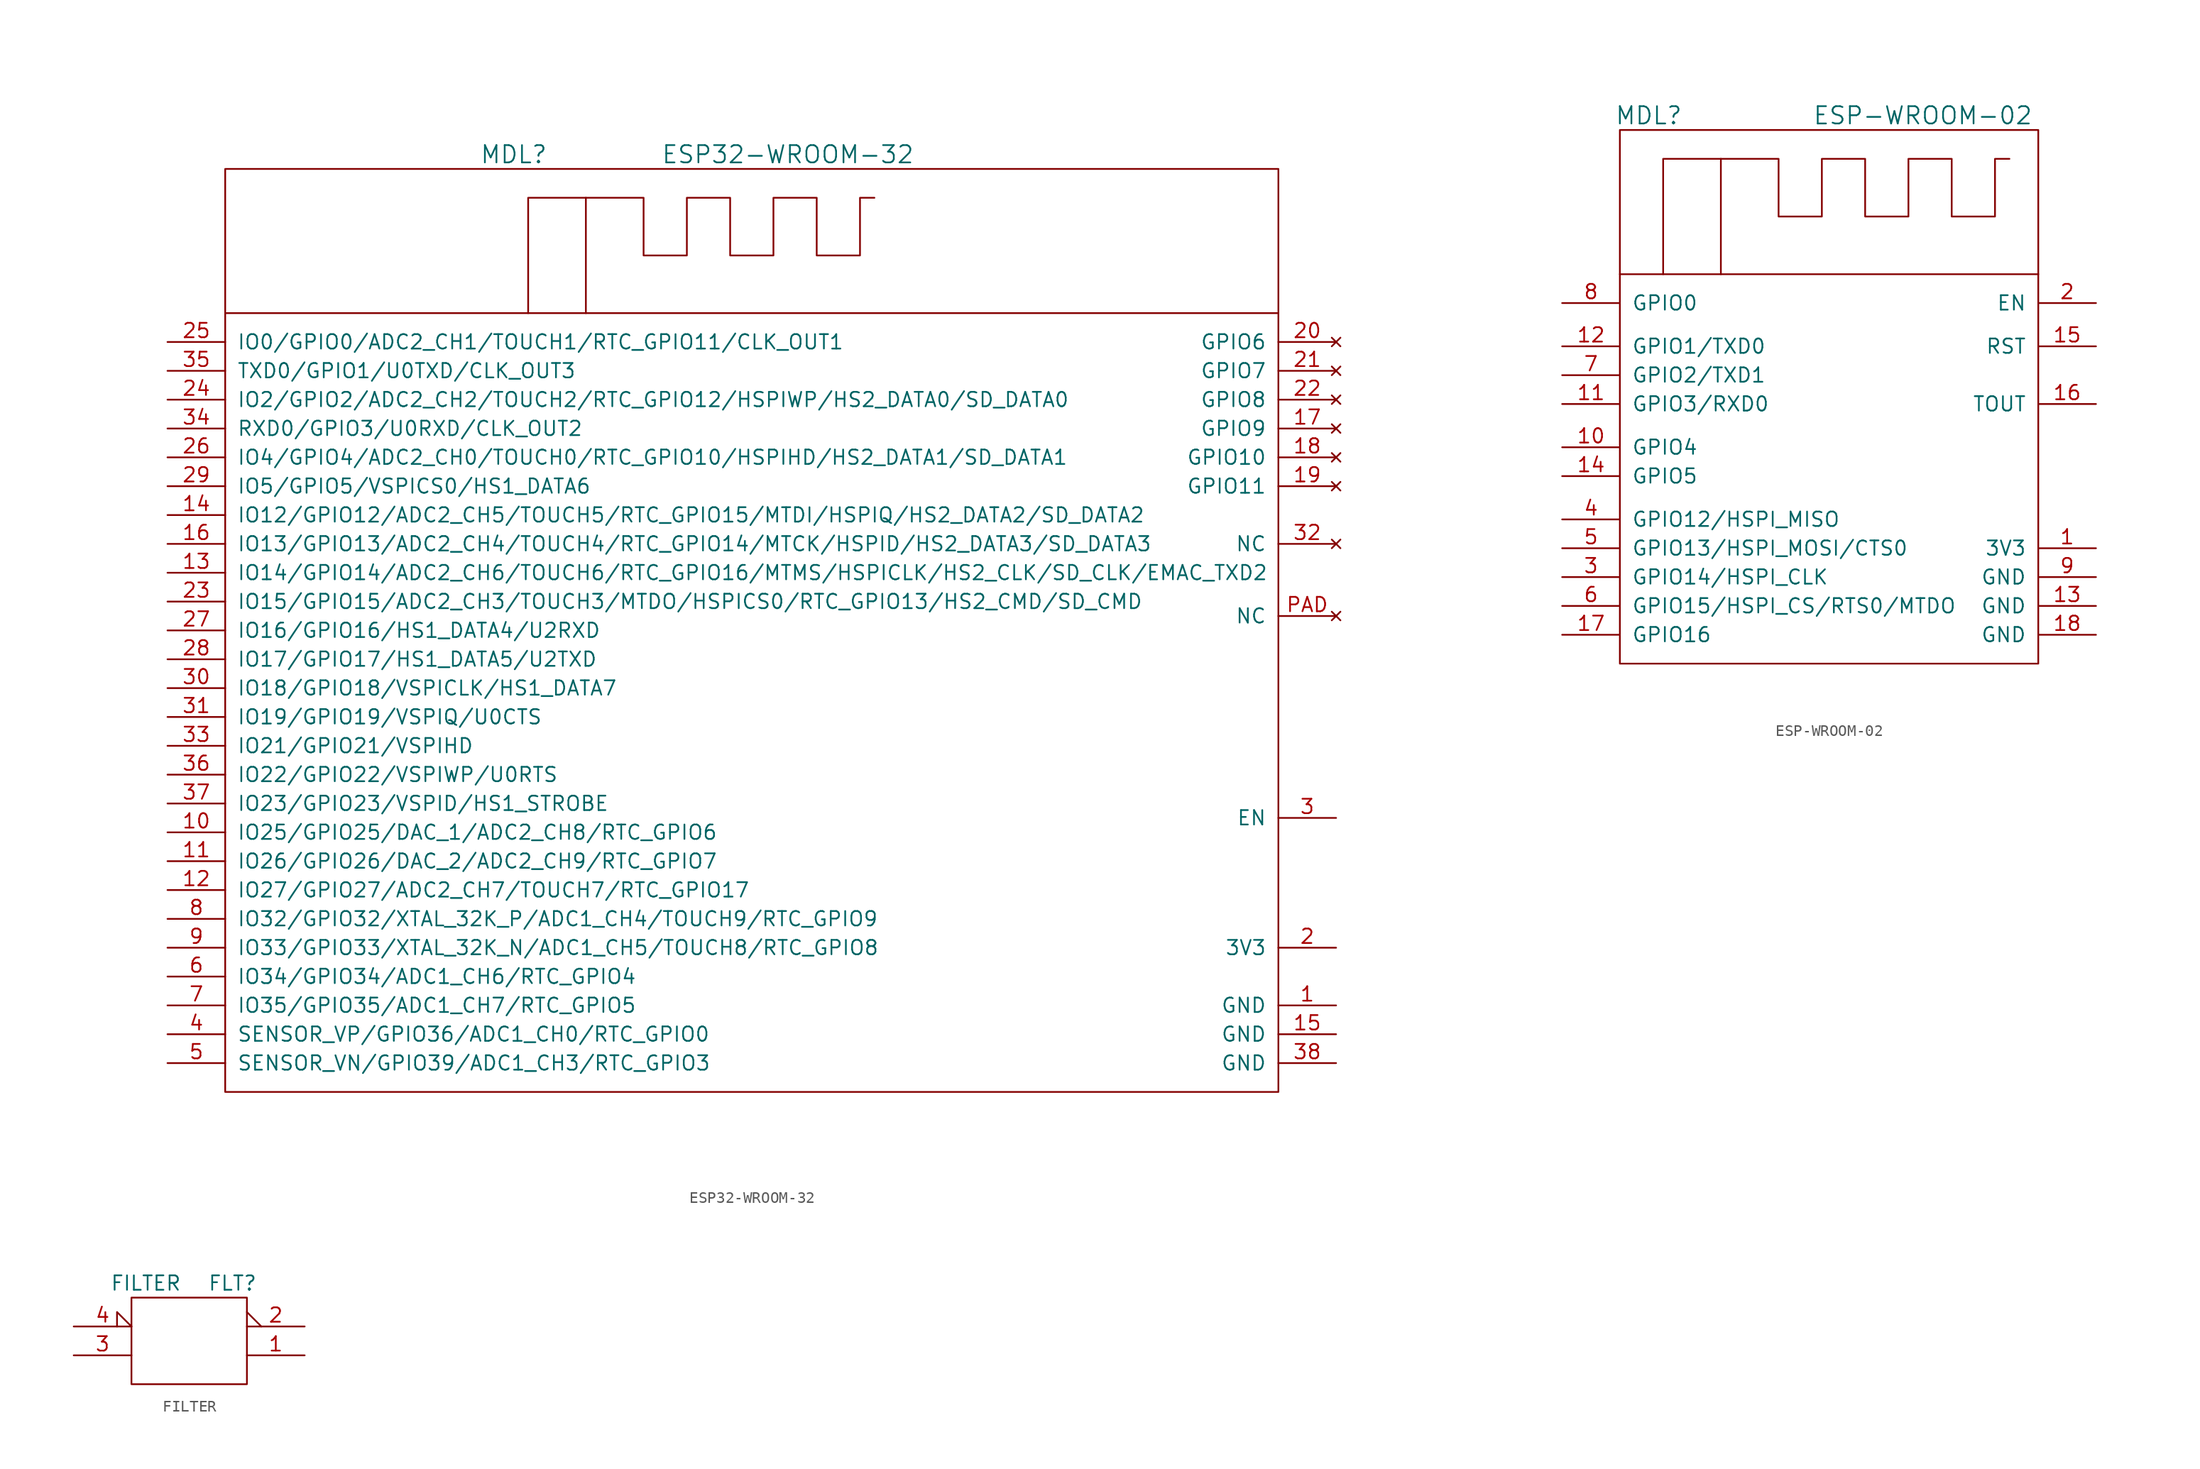
<source format=kicad_sym>
(kicad_symbol_lib
  (version 20211014)
  (generator kicad_symbol_editor)
  (symbol "ESP32-WROOM-32"
    (pin_names
      (offset 1.016))
    (property "Reference" "MDL"
      (at -20.32 43.18 0)
      (effects (font (size 1.524 1.524))))
    (property "Value" "ESP32-WROOM-32"
      (at 3.81 43.18 0)
      (effects (font (size 1.524 1.524))))
    (symbol "ESP32-WROOM-32_0_1"
      (rectangle (start -45.72 29.21) (end 46.99 -39.37) (stroke (width 0) (type default) (color 0 0 0 0)) (fill (type none)))
      (polyline (pts (xy -13.97 29.21) (xy -13.97 39.37)) (stroke (width 0) (type default) (color 0 0 0 0)) (fill (type none)))
      (polyline (pts (xy -45.72 29.21) (xy -45.72 41.91) (xy 46.99 41.91) (xy 46.99 29.21)) (stroke (width 0) (type default) (color 0 0 0 0)) (fill (type none)))
      (polyline (pts (xy -19.05 29.21) (xy -19.05 39.37) (xy -8.89 39.37) (xy -8.89 34.29) (xy -5.08 34.29) (xy -5.08 39.37) (xy -1.27 39.37) (xy -1.27 34.29) (xy 2.54 34.29) (xy 2.54 39.37) (xy 6.35 39.37) (xy 6.35 34.29) (xy 10.16 34.29) (xy 10.16 39.37) (xy 11.43 39.37)) (stroke (width 0) (type default) (color 0 0 0 0)) (fill (type none))))
    (symbol "ESP32-WROOM-32_1_1"
      (pin power_in line (at 52.07 -31.75 180) (length 5.08) (name "GND" (effects (font (size 1.27 1.27)))) (number "1" (effects (font (size 1.27 1.27)))))
      (pin passive line (at -50.8 -16.51 0) (length 5.08) (name "IO25/GPIO25/DAC_1/ADC2_CH8/RTC_GPIO6" (effects (font (size 1.27 1.27)))) (number "10" (effects (font (size 1.27 1.27)))))
      (pin passive line (at -50.8 -19.05 0) (length 5.08) (name "IO26/GPIO26/DAC_2/ADC2_CH9/RTC_GPIO7" (effects (font (size 1.27 1.27)))) (number "11" (effects (font (size 1.27 1.27)))))
      (pin passive line (at -50.8 -21.59 0) (length 5.08) (name "IO27/GPIO27/ADC2_CH7/TOUCH7/RTC_GPIO17" (effects (font (size 1.27 1.27)))) (number "12" (effects (font (size 1.27 1.27)))))
      (pin passive line (at -50.8 6.35 0) (length 5.08) (name "IO14/GPIO14/ADC2_CH6/TOUCH6/RTC_GPIO16/MTMS/HSPICLK/HS2_CLK/SD_CLK/EMAC_TXD2" (effects (font (size 1.27 1.27)))) (number "13" (effects (font (size 1.27 1.27)))))
      (pin passive line (at -50.8 11.43 0) (length 5.08) (name "IO12/GPIO12/ADC2_CH5/TOUCH5/RTC_GPIO15/MTDI/HSPIQ/HS2_DATA2/SD_DATA2" (effects (font (size 1.27 1.27)))) (number "14" (effects (font (size 1.27 1.27)))))
      (pin power_in line (at 52.07 -34.29 180) (length 5.08) (name "GND" (effects (font (size 1.27 1.27)))) (number "15" (effects (font (size 1.27 1.27)))))
      (pin passive line (at -50.8 8.89 0) (length 5.08) (name "IO13/GPIO13/ADC2_CH4/TOUCH4/RTC_GPIO14/MTCK/HSPID/HS2_DATA3/SD_DATA3" (effects (font (size 1.27 1.27)))) (number "16" (effects (font (size 1.27 1.27)))))
      (pin no_connect line (at 52.07 19.05 180) (length 5.08) (name "GPIO9" (effects (font (size 1.27 1.27)))) (number "17" (effects (font (size 1.27 1.27)))))
      (pin no_connect line (at 52.07 16.51 180) (length 5.08) (name "GPIO10" (effects (font (size 1.27 1.27)))) (number "18" (effects (font (size 1.27 1.27)))))
      (pin no_connect line (at 52.07 13.97 180) (length 5.08) (name "GPIO11" (effects (font (size 1.27 1.27)))) (number "19" (effects (font (size 1.27 1.27)))))
      (pin power_in line (at 52.07 -26.67 180) (length 5.08) (name "3V3" (effects (font (size 1.27 1.27)))) (number "2" (effects (font (size 1.27 1.27)))))
      (pin no_connect line (at 52.07 26.67 180) (length 5.08) (name "GPIO6" (effects (font (size 1.27 1.27)))) (number "20" (effects (font (size 1.27 1.27)))))
      (pin no_connect line (at 52.07 24.13 180) (length 5.08) (name "GPIO7" (effects (font (size 1.27 1.27)))) (number "21" (effects (font (size 1.27 1.27)))))
      (pin no_connect line (at 52.07 21.59 180) (length 5.08) (name "GPIO8" (effects (font (size 1.27 1.27)))) (number "22" (effects (font (size 1.27 1.27)))))
      (pin passive line (at -50.8 3.81 0) (length 5.08) (name "IO15/GPIO15/ADC2_CH3/TOUCH3/MTDO/HSPICS0/RTC_GPIO13/HS2_CMD/SD_CMD" (effects (font (size 1.27 1.27)))) (number "23" (effects (font (size 1.27 1.27)))))
      (pin passive line (at -50.8 21.59 0) (length 5.08) (name "IO2/GPIO2/ADC2_CH2/TOUCH2/RTC_GPIO12/HSPIWP/HS2_DATA0/SD_DATA0" (effects (font (size 1.27 1.27)))) (number "24" (effects (font (size 1.27 1.27)))))
      (pin passive line (at -50.8 26.67 0) (length 5.08) (name "IO0/GPIO0/ADC2_CH1/TOUCH1/RTC_GPIO11/CLK_OUT1" (effects (font (size 1.27 1.27)))) (number "25" (effects (font (size 1.27 1.27)))))
      (pin passive line (at -50.8 16.51 0) (length 5.08) (name "IO4/GPIO4/ADC2_CH0/TOUCH0/RTC_GPIO10/HSPIHD/HS2_DATA1/SD_DATA1" (effects (font (size 1.27 1.27)))) (number "26" (effects (font (size 1.27 1.27)))))
      (pin passive line (at -50.8 1.27 0) (length 5.08) (name "IO16/GPIO16/HS1_DATA4/U2RXD" (effects (font (size 1.27 1.27)))) (number "27" (effects (font (size 1.27 1.27)))))
      (pin passive line (at -50.8 -1.27 0) (length 5.08) (name "IO17/GPIO17/HS1_DATA5/U2TXD" (effects (font (size 1.27 1.27)))) (number "28" (effects (font (size 1.27 1.27)))))
      (pin passive line (at -50.8 13.97 0) (length 5.08) (name "IO5/GPIO5/VSPICS0/HS1_DATA6" (effects (font (size 1.27 1.27)))) (number "29" (effects (font (size 1.27 1.27)))))
      (pin passive line (at 52.07 -15.24 180) (length 5.08) (name "EN" (effects (font (size 1.27 1.27)))) (number "3" (effects (font (size 1.27 1.27)))))
      (pin passive line (at -50.8 -3.81 0) (length 5.08) (name "IO18/GPIO18/VSPICLK/HS1_DATA7" (effects (font (size 1.27 1.27)))) (number "30" (effects (font (size 1.27 1.27)))))
      (pin passive line (at -50.8 -6.35 0) (length 5.08) (name "IO19/GPIO19/VSPIQ/U0CTS" (effects (font (size 1.27 1.27)))) (number "31" (effects (font (size 1.27 1.27)))))
      (pin no_connect line (at 52.07 8.89 180) (length 5.08) (name "NC" (effects (font (size 1.27 1.27)))) (number "32" (effects (font (size 1.27 1.27)))))
      (pin passive line (at -50.8 -8.89 0) (length 5.08) (name "IO21/GPIO21/VSPIHD" (effects (font (size 1.27 1.27)))) (number "33" (effects (font (size 1.27 1.27)))))
      (pin passive line (at -50.8 19.05 0) (length 5.08) (name "RXD0/GPIO3/U0RXD/CLK_OUT2" (effects (font (size 1.27 1.27)))) (number "34" (effects (font (size 1.27 1.27)))))
      (pin passive line (at -50.8 24.13 0) (length 5.08) (name "TXD0/GPIO1/U0TXD/CLK_OUT3" (effects (font (size 1.27 1.27)))) (number "35" (effects (font (size 1.27 1.27)))))
      (pin passive line (at -50.8 -11.43 0) (length 5.08) (name "IO22/GPIO22/VSPIWP/U0RTS" (effects (font (size 1.27 1.27)))) (number "36" (effects (font (size 1.27 1.27)))))
      (pin passive line (at -50.8 -13.97 0) (length 5.08) (name "IO23/GPIO23/VSPID/HS1_STROBE" (effects (font (size 1.27 1.27)))) (number "37" (effects (font (size 1.27 1.27)))))
      (pin power_in line (at 52.07 -36.83 180) (length 5.08) (name "GND" (effects (font (size 1.27 1.27)))) (number "38" (effects (font (size 1.27 1.27)))))
      (pin passive line (at -50.8 -34.29 0) (length 5.08) (name "SENSOR_VP/GPIO36/ADC1_CH0/RTC_GPIO0" (effects (font (size 1.27 1.27)))) (number "4" (effects (font (size 1.27 1.27)))))
      (pin passive line (at -50.8 -36.83 0) (length 5.08) (name "SENSOR_VN/GPIO39/ADC1_CH3/RTC_GPIO3" (effects (font (size 1.27 1.27)))) (number "5" (effects (font (size 1.27 1.27)))))
      (pin passive line (at -50.8 -29.21 0) (length 5.08) (name "IO34/GPIO34/ADC1_CH6/RTC_GPIO4" (effects (font (size 1.27 1.27)))) (number "6" (effects (font (size 1.27 1.27)))))
      (pin passive line (at -50.8 -31.75 0) (length 5.08) (name "IO35/GPIO35/ADC1_CH7/RTC_GPIO5" (effects (font (size 1.27 1.27)))) (number "7" (effects (font (size 1.27 1.27)))))
      (pin passive line (at -50.8 -24.13 0) (length 5.08) (name "IO32/GPIO32/XTAL_32K_P/ADC1_CH4/TOUCH9/RTC_GPIO9" (effects (font (size 1.27 1.27)))) (number "8" (effects (font (size 1.27 1.27)))))
      (pin passive line (at -50.8 -26.67 0) (length 5.08) (name "IO33/GPIO33/XTAL_32K_N/ADC1_CH5/TOUCH8/RTC_GPIO8" (effects (font (size 1.27 1.27)))) (number "9" (effects (font (size 1.27 1.27)))))
      (pin no_connect line (at 52.07 2.54 180) (length 5.08) (name "NC" (effects (font (size 1.27 1.27)))) (number "PAD" (effects (font (size 1.27 1.27)))))))
  (symbol "ESP-WROOM-02"
    (pin_names
      (offset 1.016))
    (property "Reference" "MDL"
      (at -16.51 29.21 0)
      (effects (font (size 1.524 1.524))))
    (property "Value" "ESP-WROOM-02"
      (at 7.62 29.21 0)
      (effects (font (size 1.524 1.524))))
    (symbol "ESP-WROOM-02_0_1"
      (rectangle (start -19.05 15.24) (end 17.78 -19.05) (stroke (width 0) (type default) (color 0 0 0 0)) (fill (type none)))
      (polyline (pts (xy -10.16 15.24) (xy -10.16 25.4)) (stroke (width 0) (type default) (color 0 0 0 0)) (fill (type none)))
      (polyline (pts (xy 17.78 15.24) (xy 17.78 27.94) (xy -19.05 27.94) (xy -19.05 15.24)) (stroke (width 0) (type default) (color 0 0 0 0)) (fill (type none)))
      (polyline (pts (xy -15.24 15.24) (xy -15.24 25.4) (xy -5.08 25.4) (xy -5.08 20.32) (xy -1.27 20.32) (xy -1.27 25.4) (xy 2.54 25.4) (xy 2.54 20.32) (xy 6.35 20.32) (xy 6.35 25.4) (xy 10.16 25.4) (xy 10.16 20.32) (xy 13.97 20.32) (xy 13.97 25.4) (xy 15.24 25.4)) (stroke (width 0) (type default) (color 0 0 0 0)) (fill (type none))))
    (symbol "ESP-WROOM-02_1_1"
      (pin power_in line (at 22.86 -8.89 180) (length 5.08) (name "3V3" (effects (font (size 1.27 1.27)))) (number "1" (effects (font (size 1.27 1.27)))))
      (pin passive line (at -24.13 0 0) (length 5.08) (name "GPIO4" (effects (font (size 1.27 1.27)))) (number "10" (effects (font (size 1.27 1.27)))))
      (pin passive line (at -24.13 3.81 0) (length 5.08) (name "GPIO3/RXD0" (effects (font (size 1.27 1.27)))) (number "11" (effects (font (size 1.27 1.27)))))
      (pin passive line (at -24.13 8.89 0) (length 5.08) (name "GPIO1/TXD0" (effects (font (size 1.27 1.27)))) (number "12" (effects (font (size 1.27 1.27)))))
      (pin power_in line (at 22.86 -13.97 180) (length 5.08) (name "GND" (effects (font (size 1.27 1.27)))) (number "13" (effects (font (size 1.27 1.27)))))
      (pin passive line (at -24.13 -2.54 0) (length 5.08) (name "GPIO5" (effects (font (size 1.27 1.27)))) (number "14" (effects (font (size 1.27 1.27)))))
      (pin passive line (at 22.86 8.89 180) (length 5.08) (name "RST" (effects (font (size 1.27 1.27)))) (number "15" (effects (font (size 1.27 1.27)))))
      (pin passive line (at 22.86 3.81 180) (length 5.08) (name "TOUT" (effects (font (size 1.27 1.27)))) (number "16" (effects (font (size 1.27 1.27)))))
      (pin passive line (at -24.13 -16.51 0) (length 5.08) (name "GPIO16" (effects (font (size 1.27 1.27)))) (number "17" (effects (font (size 1.27 1.27)))))
      (pin power_in line (at 22.86 -16.51 180) (length 5.08) (name "GND" (effects (font (size 1.27 1.27)))) (number "18" (effects (font (size 1.27 1.27)))))
      (pin passive line (at 22.86 12.7 180) (length 5.08) (name "EN" (effects (font (size 1.27 1.27)))) (number "2" (effects (font (size 1.27 1.27)))))
      (pin passive line (at -24.13 -11.43 0) (length 5.08) (name "GPIO14/HSPI_CLK" (effects (font (size 1.27 1.27)))) (number "3" (effects (font (size 1.27 1.27)))))
      (pin passive line (at -24.13 -6.35 0) (length 5.08) (name "GPIO12/HSPI_MISO" (effects (font (size 1.27 1.27)))) (number "4" (effects (font (size 1.27 1.27)))))
      (pin passive line (at -24.13 -8.89 0) (length 5.08) (name "GPIO13/HSPI_MOSI/CTS0" (effects (font (size 1.27 1.27)))) (number "5" (effects (font (size 1.27 1.27)))))
      (pin passive line (at -24.13 -13.97 0) (length 5.08) (name "GPIO15/HSPI_CS/RTS0/MTDO" (effects (font (size 1.27 1.27)))) (number "6" (effects (font (size 1.27 1.27)))))
      (pin passive line (at -24.13 6.35 0) (length 5.08) (name "GPIO2/TXD1" (effects (font (size 1.27 1.27)))) (number "7" (effects (font (size 1.27 1.27)))))
      (pin passive line (at -24.13 12.7 0) (length 5.08) (name "GPIO0" (effects (font (size 1.27 1.27)))) (number "8" (effects (font (size 1.27 1.27)))))
      (pin power_in line (at 22.86 -11.43 180) (length 5.08) (name "GND" (effects (font (size 1.27 1.27)))) (number "9" (effects (font (size 1.27 1.27)))))))
  (symbol "FILTER"
    (pin_names
      (offset 1.016) hide)
    (property "Reference" "FLT"
      (at 3.81 5.08 0)
      (effects (font (size 1.27 1.27))))
    (property "Value" "FILTER"
      (at -3.81 5.08 0)
      (effects (font (size 1.27 1.27))))
    (symbol "FILTER_0_1"
      (rectangle (start -5.08 3.81) (end 5.08 -3.81) (stroke (width 0) (type default) (color 0 0 0 0)) (fill (type none))))
    (symbol "FILTER_1_1"
      (pin passive line (at 10.16 -1.27 180) (length 5.08) (name "~" (effects (font (size 1.27 1.27)))) (number "1" (effects (font (size 1.27 1.27)))))
      (pin passive output_low (at 10.16 1.27 180) (length 5.08) (name "~" (effects (font (size 1.27 1.27)))) (number "2" (effects (font (size 1.27 1.27)))))
      (pin passive line (at -10.16 -1.27 0) (length 5.08) (name "~" (effects (font (size 1.27 1.27)))) (number "3" (effects (font (size 1.27 1.27)))))
      (pin passive input_low (at -10.16 1.27 0) (length 5.08) (name "~" (effects (font (size 1.27 1.27)))) (number "4" (effects (font (size 1.27 1.27))))))))
</source>
